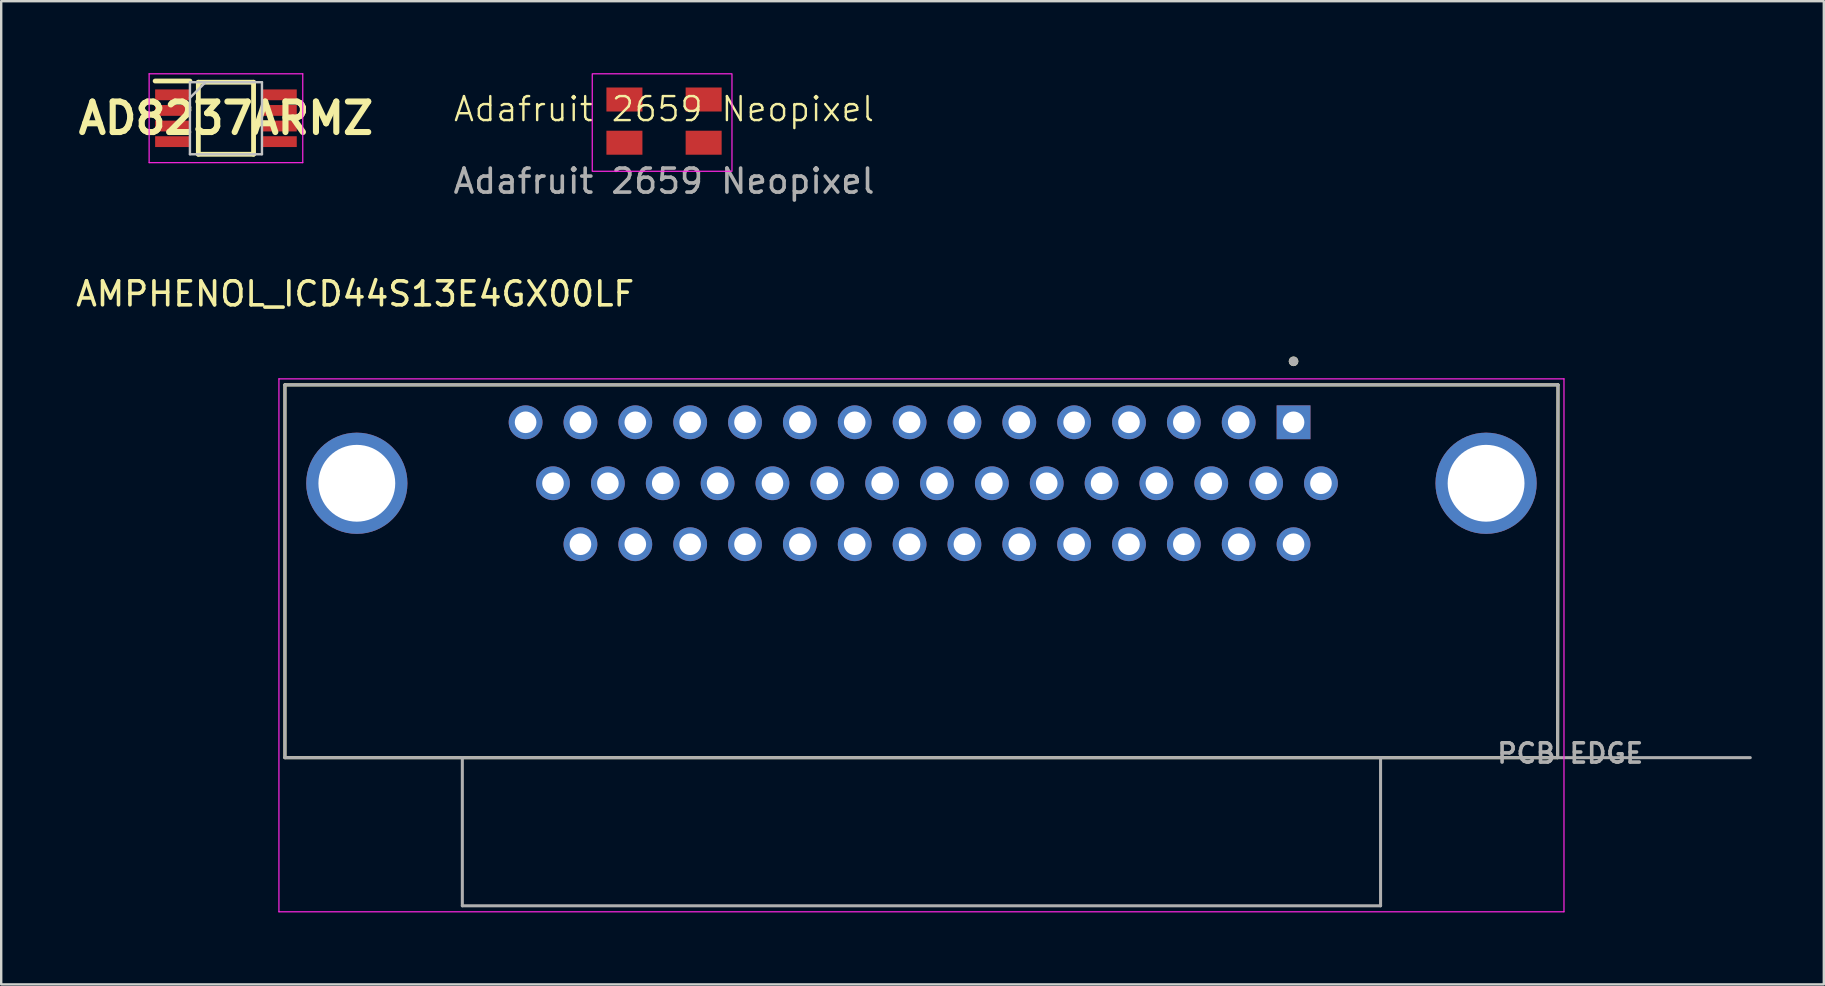
<source format=kicad_pcb>
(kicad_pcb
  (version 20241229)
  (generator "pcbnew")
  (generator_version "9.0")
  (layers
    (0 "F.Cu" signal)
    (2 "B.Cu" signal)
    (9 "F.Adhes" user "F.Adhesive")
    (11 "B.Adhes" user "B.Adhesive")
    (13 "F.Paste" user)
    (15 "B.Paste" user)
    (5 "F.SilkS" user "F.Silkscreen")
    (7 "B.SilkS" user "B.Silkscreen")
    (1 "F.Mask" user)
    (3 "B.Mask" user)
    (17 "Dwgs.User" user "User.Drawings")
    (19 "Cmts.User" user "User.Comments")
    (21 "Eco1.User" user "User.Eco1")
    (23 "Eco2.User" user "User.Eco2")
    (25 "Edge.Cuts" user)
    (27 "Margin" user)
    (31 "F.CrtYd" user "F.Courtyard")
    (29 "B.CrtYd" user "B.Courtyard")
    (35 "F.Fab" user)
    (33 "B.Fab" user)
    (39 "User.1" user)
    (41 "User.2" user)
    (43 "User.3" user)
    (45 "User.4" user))
  (footprint "Adafruit 2659 Neopixel"
    (layer "F.Cu")
    (at 24.611 1.995)
    (property "Reference" "Adafruit 2659 Neopixel" (at 0 -0.5 0) (unlocked yes) (layer "F.SilkS") (effects (font (size 1 1) (thickness 0.1))))
    (attr smd)
    (fp_rect (start -2.99 -1.97) (end 2.83 2.09) (stroke (width 0.05) (type default)) (fill no) (layer "F.CrtYd"))
    (fp_text user "${REFERENCE}" (at 0 2.5 0) (unlocked yes) (layer "F.Fab") (effects (font (size 1 1) (thickness 0.15))))
    (pad "1" smd rect (at 1.65 0.9 90) (size 1 1.5) (layers "F.Cu" "F.Mask" "F.Paste"))
    (pad "2" smd rect (at 1.65 -0.9 90) (size 1 1.5) (layers "F.Cu" "F.Mask" "F.Paste"))
    (pad "3" smd rect (at -1.65 -0.9 90) (size 1 1.5) (layers "F.Cu" "F.Mask" "F.Paste"))
    (pad "4" smd rect (at -1.65 0.9 90) (size 1 1.5) (layers "F.Cu" "F.Mask" "F.Paste")))
  (footprint "AD8237ARMZ"
    (layer "F.Cu")
    (at 6.362 1.875)
    (property "Reference" "AD8237ARMZ" (at 0 0 0) (layer "F.SilkS") (effects (font (size 1.27 1.27) (thickness 0.254))))
    (attr smd)
    (fp_line (start -2.95 -1.55) (end -1.5 -1.55) (stroke (width 0.2) (type solid)) (layer "F.SilkS"))
    (fp_line (start -1.15 -1.5) (end 1.15 -1.5) (stroke (width 0.2) (type solid)) (layer "F.SilkS"))
    (fp_line (start -1.15 1.5) (end -1.15 -1.5) (stroke (width 0.2) (type solid)) (layer "F.SilkS"))
    (fp_line (start 1.15 -1.5) (end 1.15 1.5) (stroke (width 0.2) (type solid)) (layer "F.SilkS"))
    (fp_line (start 1.15 1.5) (end -1.15 1.5) (stroke (width 0.2) (type solid)) (layer "F.SilkS"))
    (fp_line (start -1.5 -1.5) (end 1.5 -1.5) (stroke (width 0.1) (type solid)) (layer "Dwgs.User"))
    (fp_line (start -1.5 -0.85) (end -0.85 -1.5) (stroke (width 0.1) (type solid)) (layer "Dwgs.User"))
    (fp_line (start -1.5 1.5) (end -1.5 -1.5) (stroke (width 0.1) (type solid)) (layer "Dwgs.User"))
    (fp_line (start 1.5 -1.5) (end 1.5 1.5) (stroke (width 0.1) (type solid)) (layer "Dwgs.User"))
    (fp_line (start 1.5 1.5) (end -1.5 1.5) (stroke (width 0.1) (type solid)) (layer "Dwgs.User"))
    (fp_line (start -3.2 -1.85) (end 3.2 -1.85) (stroke (width 0.05) (type solid)) (layer "F.CrtYd"))
    (fp_line (start -3.2 1.85) (end -3.2 -1.85) (stroke (width 0.05) (type solid)) (layer "F.CrtYd"))
    (fp_line (start 3.2 -1.85) (end 3.2 1.85) (stroke (width 0.05) (type solid)) (layer "F.CrtYd"))
    (fp_line (start 3.2 1.85) (end -3.2 1.85) (stroke (width 0.05) (type solid)) (layer "F.CrtYd"))
    (pad "1" smd rect (at -2.225 -0.975 90) (size 0.45 1.45) (layers "F.Cu" "F.Mask" "F.Paste"))
    (pad "2" smd rect (at -2.225 -0.325 90) (size 0.45 1.45) (layers "F.Cu" "F.Mask" "F.Paste"))
    (pad "3" smd rect (at -2.225 0.325 90) (size 0.45 1.45) (layers "F.Cu" "F.Mask" "F.Paste"))
    (pad "4" smd rect (at -2.225 0.975 90) (size 0.45 1.45) (layers "F.Cu" "F.Mask" "F.Paste"))
    (pad "5" smd rect (at 2.225 0.975 90) (size 0.45 1.45) (layers "F.Cu" "F.Mask" "F.Paste"))
    (pad "6" smd rect (at 2.225 0.325 90) (size 0.45 1.45) (layers "F.Cu" "F.Mask" "F.Paste"))
    (pad "7" smd rect (at 2.225 -0.325 90) (size 0.45 1.45) (layers "F.Cu" "F.Mask" "F.Paste"))
    (pad "8" smd rect (at 2.225 -0.975 90) (size 0.45 1.45) (layers "F.Cu" "F.Mask" "F.Paste")))
  (footprint "AMPHENOL_ICD44S13E4GX00LF"
    (layer "F.Cu")
    (at 35.334 17.081)
    (property "Reference" "AMPHENOL_ICD44S13E4GX00LF" (at -23.59 -7.89 0) (layer "F.SilkS") (effects (font (size 1 1) (thickness 0.15))))
    (attr through_hole)
    (fp_line (start -26.515 -4.1) (end 26.515 -4.1) (stroke (width 0.127) (type solid)) (layer "F.SilkS"))
    (fp_line (start -26.515 11.43) (end -26.515 -4.1) (stroke (width 0.127) (type solid)) (layer "F.SilkS"))
    (fp_line (start 26.5 11.43) (end -26.515 11.43) (stroke (width 0.127) (type solid)) (layer "F.SilkS"))
    (fp_line (start 26.515 -4.1) (end 26.5 11.43) (stroke (width 0.127) (type solid)) (layer "F.SilkS"))
    (fp_circle (center 15.5 -5.08) (end 15.6 -5.08) (stroke (width 0.2) (type solid)) (fill no) (layer "F.SilkS"))
    (fp_line (start -26.765 -4.35) (end -26.765 17.85) (stroke (width 0.05) (type solid)) (layer "F.CrtYd"))
    (fp_line (start -26.765 17.85) (end 26.765 17.85) (stroke (width 0.05) (type solid)) (layer "F.CrtYd"))
    (fp_line (start 26.765 -4.35) (end -26.765 -4.35) (stroke (width 0.05) (type solid)) (layer "F.CrtYd"))
    (fp_line (start 26.765 17.85) (end 26.765 -4.35) (stroke (width 0.05) (type solid)) (layer "F.CrtYd"))
    (fp_line (start -26.515 -4.1) (end 26.515 -4.1) (stroke (width 0.127) (type solid)) (layer "F.Fab"))
    (fp_line (start -26.515 11.43) (end -26.515 -4.1) (stroke (width 0.127) (type solid)) (layer "F.Fab"))
    (fp_line (start -19.125 11.43) (end -26.515 11.43) (stroke (width 0.127) (type solid)) (layer "F.Fab"))
    (fp_line (start -19.125 17.6) (end -19.125 11.43) (stroke (width 0.127) (type solid)) (layer "F.Fab"))
    (fp_line (start 19.125 11.43) (end -19.125 11.43) (stroke (width 0.127) (type solid)) (layer "F.Fab"))
    (fp_line (start 19.125 11.43) (end 19.125 17.6) (stroke (width 0.127) (type solid)) (layer "F.Fab"))
    (fp_line (start 19.125 17.6) (end -19.125 17.6) (stroke (width 0.127) (type solid)) (layer "F.Fab"))
    (fp_line (start 26.5 11.43) (end 19.125 11.43) (stroke (width 0.127) (type solid)) (layer "F.Fab"))
    (fp_line (start 26.515 -4.1) (end 26.5 11.43) (stroke (width 0.127) (type solid)) (layer "F.Fab"))
    (fp_line (start 34.525 11.43) (end 26.5 11.43) (stroke (width 0.127) (type solid)) (layer "F.Fab"))
    (fp_circle (center 15.5 -5.08) (end 15.6 -5.08) (stroke (width 0.2) (type solid)) (fill no) (layer "F.Fab"))
    (fp_text user "PCB EDGE" (at 27.025 11.25 0) (layer "F.Fab") (effects (font (size 0.8 0.8) (thickness 0.15))))
    (pad "1" thru_hole rect (at 15.5 -2.54) (size 1.408 1.408) (drill 0.9) (layers "*.Cu" "*.Mask"))
    (pad "2" thru_hole circle (at 13.215 -2.54) (size 1.408 1.408) (drill 0.9) (layers "*.Cu" "*.Mask"))
    (pad "3" thru_hole circle (at 10.93 -2.54) (size 1.408 1.408) (drill 0.9) (layers "*.Cu" "*.Mask"))
    (pad "4" thru_hole circle (at 8.645 -2.54) (size 1.408 1.408) (drill 0.9) (layers "*.Cu" "*.Mask"))
    (pad "5" thru_hole circle (at 6.36 -2.54) (size 1.408 1.408) (drill 0.9) (layers "*.Cu" "*.Mask"))
    (pad "6" thru_hole circle (at 4.075 -2.54) (size 1.408 1.408) (drill 0.9) (layers "*.Cu" "*.Mask"))
    (pad "7" thru_hole circle (at 1.79 -2.54) (size 1.408 1.408) (drill 0.9) (layers "*.Cu" "*.Mask"))
    (pad "8" thru_hole circle (at -0.495 -2.54) (size 1.408 1.408) (drill 0.9) (layers "*.Cu" "*.Mask"))
    (pad "9" thru_hole circle (at -2.78 -2.54) (size 1.408 1.408) (drill 0.9) (layers "*.Cu" "*.Mask"))
    (pad "10" thru_hole circle (at -5.065 -2.54) (size 1.408 1.408) (drill 0.9) (layers "*.Cu" "*.Mask"))
    (pad "11" thru_hole circle (at -7.35 -2.54) (size 1.408 1.408) (drill 0.9) (layers "*.Cu" "*.Mask"))
    (pad "12" thru_hole circle (at -9.635 -2.54) (size 1.408 1.408) (drill 0.9) (layers "*.Cu" "*.Mask"))
    (pad "13" thru_hole circle (at -11.92 -2.54) (size 1.408 1.408) (drill 0.9) (layers "*.Cu" "*.Mask"))
    (pad "14" thru_hole circle (at -14.205 -2.54) (size 1.408 1.408) (drill 0.9) (layers "*.Cu" "*.Mask"))
    (pad "15" thru_hole circle (at -16.49 -2.54) (size 1.408 1.408) (drill 0.9) (layers "*.Cu" "*.Mask"))
    (pad "16" thru_hole circle (at 16.642 0) (size 1.408 1.408) (drill 0.9) (layers "*.Cu" "*.Mask"))
    (pad "17" thru_hole circle (at 14.357 0) (size 1.408 1.408) (drill 0.9) (layers "*.Cu" "*.Mask"))
    (pad "18" thru_hole circle (at 12.072 0) (size 1.408 1.408) (drill 0.9) (layers "*.Cu" "*.Mask"))
    (pad "19" thru_hole circle (at 9.787 0) (size 1.408 1.408) (drill 0.9) (layers "*.Cu" "*.Mask"))
    (pad "20" thru_hole circle (at 7.503 0) (size 1.408 1.408) (drill 0.9) (layers "*.Cu" "*.Mask"))
    (pad "21" thru_hole circle (at 5.218 0) (size 1.408 1.408) (drill 0.9) (layers "*.Cu" "*.Mask"))
    (pad "22" thru_hole circle (at 2.933 0) (size 1.408 1.408) (drill 0.9) (layers "*.Cu" "*.Mask"))
    (pad "23" thru_hole circle (at 0.647 0) (size 1.408 1.408) (drill 0.9) (layers "*.Cu" "*.Mask"))
    (pad "24" thru_hole circle (at -1.637 0) (size 1.408 1.408) (drill 0.9) (layers "*.Cu" "*.Mask"))
    (pad "25" thru_hole circle (at -3.922 0) (size 1.408 1.408) (drill 0.9) (layers "*.Cu" "*.Mask"))
    (pad "26" thru_hole circle (at -6.207 0) (size 1.408 1.408) (drill 0.9) (layers "*.Cu" "*.Mask"))
    (pad "27" thru_hole circle (at -8.492 0) (size 1.408 1.408) (drill 0.9) (layers "*.Cu" "*.Mask"))
    (pad "28" thru_hole circle (at -10.777 0) (size 1.408 1.408) (drill 0.9) (layers "*.Cu" "*.Mask"))
    (pad "29" thru_hole circle (at -13.062 0) (size 1.408 1.408) (drill 0.9) (layers "*.Cu" "*.Mask"))
    (pad "30" thru_hole circle (at -15.348 0) (size 1.408 1.408) (drill 0.9) (layers "*.Cu" "*.Mask"))
    (pad "31" thru_hole circle (at 15.5 2.54) (size 1.408 1.408) (drill 0.9) (layers "*.Cu" "*.Mask"))
    (pad "32" thru_hole circle (at 13.215 2.54) (size 1.408 1.408) (drill 0.9) (layers "*.Cu" "*.Mask"))
    (pad "33" thru_hole circle (at 10.93 2.54) (size 1.408 1.408) (drill 0.9) (layers "*.Cu" "*.Mask"))
    (pad "34" thru_hole circle (at 8.645 2.54) (size 1.408 1.408) (drill 0.9) (layers "*.Cu" "*.Mask"))
    (pad "35" thru_hole circle (at 6.36 2.54) (size 1.408 1.408) (drill 0.9) (layers "*.Cu" "*.Mask"))
    (pad "36" thru_hole circle (at 4.075 2.54) (size 1.408 1.408) (drill 0.9) (layers "*.Cu" "*.Mask"))
    (pad "37" thru_hole circle (at 1.79 2.54) (size 1.408 1.408) (drill 0.9) (layers "*.Cu" "*.Mask"))
    (pad "38" thru_hole circle (at -0.495 2.54) (size 1.408 1.408) (drill 0.9) (layers "*.Cu" "*.Mask"))
    (pad "39" thru_hole circle (at -2.78 2.54) (size 1.408 1.408) (drill 0.9) (layers "*.Cu" "*.Mask"))
    (pad "40" thru_hole circle (at -5.065 2.54) (size 1.408 1.408) (drill 0.9) (layers "*.Cu" "*.Mask"))
    (pad "41" thru_hole circle (at -7.35 2.54) (size 1.408 1.408) (drill 0.9) (layers "*.Cu" "*.Mask"))
    (pad "42" thru_hole circle (at -9.635 2.54) (size 1.408 1.408) (drill 0.9) (layers "*.Cu" "*.Mask"))
    (pad "43" thru_hole circle (at -11.92 2.54) (size 1.408 1.408) (drill 0.9) (layers "*.Cu" "*.Mask"))
    (pad "44" thru_hole circle (at -14.205 2.54) (size 1.408 1.408) (drill 0.9) (layers "*.Cu" "*.Mask"))
    (pad "S1" thru_hole circle (at -23.52 0) (size 4.216 4.216) (drill 3.2) (layers "*.Cu" "*.Mask"))
    (pad "S2" thru_hole circle (at 23.52 0) (size 4.216 4.216) (drill 3.2) (layers "*.Cu" "*.Mask")))
  (gr_rect
    (start -3 -3)
    (end 72.923 37.956)
    (stroke (width 0.1) (type default))
    (fill no)
    (layer "Edge.Cuts")))
</source>
